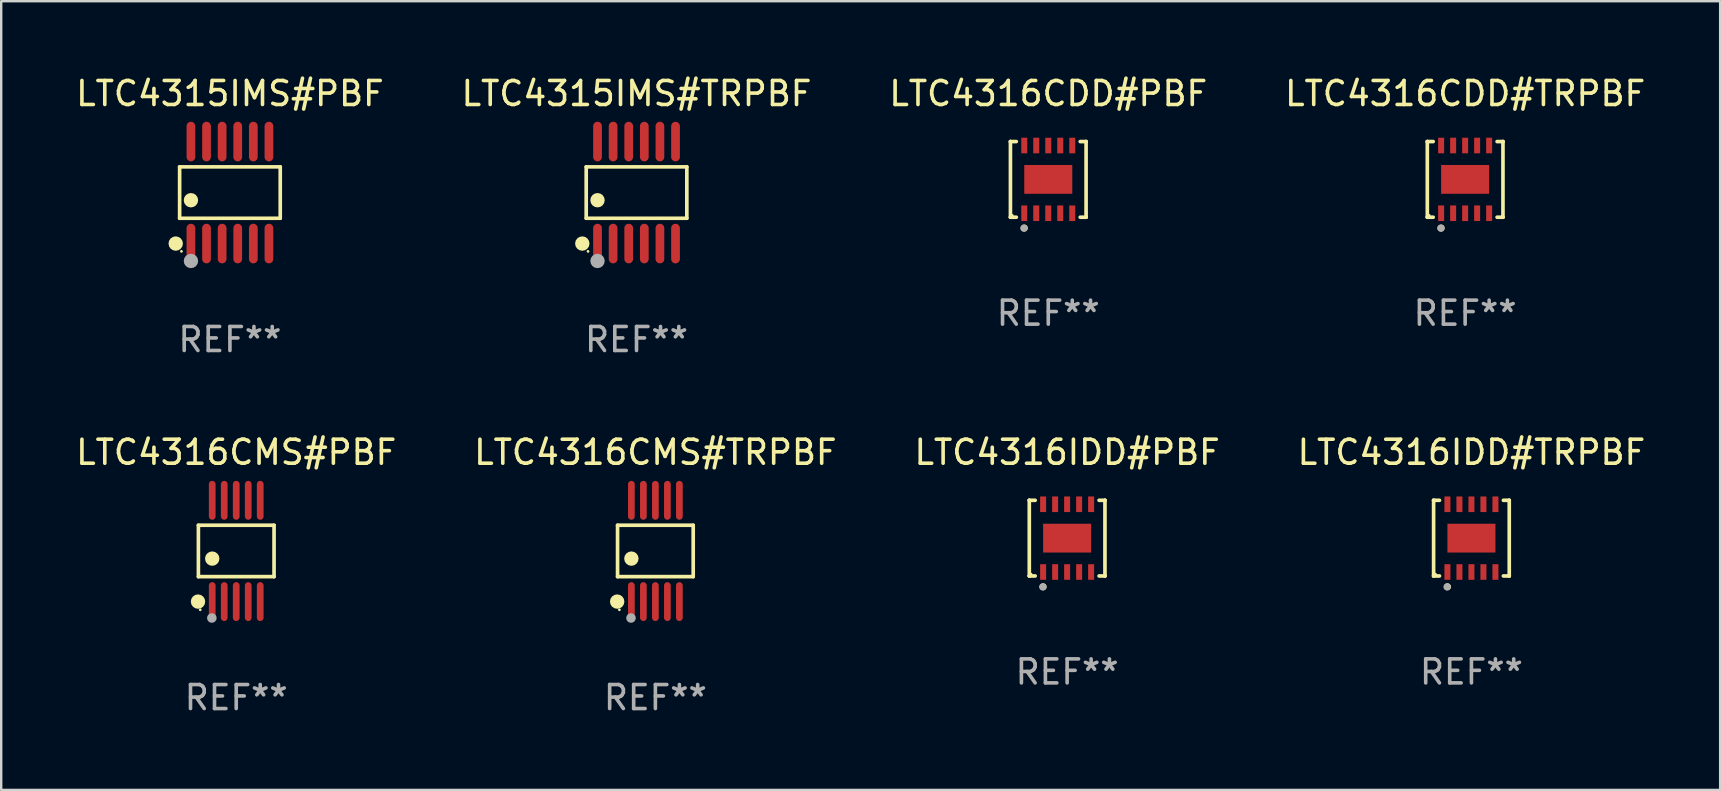
<source format=kicad_pcb>
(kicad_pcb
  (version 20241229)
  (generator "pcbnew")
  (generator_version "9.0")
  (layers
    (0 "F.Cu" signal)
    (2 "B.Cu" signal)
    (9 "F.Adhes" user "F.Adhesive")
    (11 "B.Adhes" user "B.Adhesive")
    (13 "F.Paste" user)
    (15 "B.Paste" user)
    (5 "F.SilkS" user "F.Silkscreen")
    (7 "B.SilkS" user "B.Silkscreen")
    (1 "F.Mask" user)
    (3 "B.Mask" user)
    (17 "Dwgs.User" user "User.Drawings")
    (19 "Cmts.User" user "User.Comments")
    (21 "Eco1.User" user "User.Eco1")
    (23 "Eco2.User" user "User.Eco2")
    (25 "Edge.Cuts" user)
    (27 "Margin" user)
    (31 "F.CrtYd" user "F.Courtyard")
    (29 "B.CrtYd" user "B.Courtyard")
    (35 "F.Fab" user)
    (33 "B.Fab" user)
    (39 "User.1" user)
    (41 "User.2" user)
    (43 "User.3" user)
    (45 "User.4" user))
  (footprint "LTC4316CDD#PBF"
    (layer "F.Cu")
    (at 40.625 4.424)
    (property "Reference" "LTC4316CDD#PBF" (at 0 -3.576 0) (layer "F.SilkS") (effects (font (size 1 1) (thickness 0.15))))
    (attr through_hole)
    (fp_line (start -1.576 -1.576) (end -1.576 -1.576) (stroke (width 0.152) (type solid)) (layer "F.SilkS"))
    (fp_line (start -1.576 -1.576) (end -1.331 -1.576) (stroke (width 0.152) (type solid)) (layer "F.SilkS"))
    (fp_line (start -1.576 1.576) (end -1.576 -1.576) (stroke (width 0.152) (type solid)) (layer "F.SilkS"))
    (fp_line (start -1.576 1.576) (end -1.576 1.576) (stroke (width 0.152) (type solid)) (layer "F.SilkS"))
    (fp_line (start -1.331 1.576) (end -1.576 1.576) (stroke (width 0.152) (type solid)) (layer "F.SilkS"))
    (fp_line (start 1.331 1.576) (end 1.576 1.576) (stroke (width 0.152) (type solid)) (layer "F.SilkS"))
    (fp_line (start 1.576 -1.576) (end 1.331 -1.576) (stroke (width 0.152) (type solid)) (layer "F.SilkS"))
    (fp_line (start 1.576 -1.576) (end 1.576 -1.576) (stroke (width 0.152) (type solid)) (layer "F.SilkS"))
    (fp_line (start 1.576 1.576) (end 1.576 -1.576) (stroke (width 0.152) (type solid)) (layer "F.SilkS"))
    (fp_line (start 1.576 1.576) (end 1.576 1.576) (stroke (width 0.152) (type solid)) (layer "F.SilkS"))
    (fp_circle (center -1.5 1.5) (end -1.47 1.5) (stroke (width 0.06) (type solid)) (fill no) (layer "F.SilkS"))
    (fp_circle (center -1 2.028) (end -0.925 2.028) (stroke (width 0.15) (type solid)) (fill no) (layer "F.SilkS"))
    (fp_circle (center -1.016 2.032) (end -0.941 2.032) (stroke (width 0.15) (type solid)) (fill no) (layer "F.Fab"))
    (fp_text user "REF**" (at 0 5.576 0) (layer "F.Fab") (effects (font (size 1 1) (thickness 0.15))))
    (pad "1" smd rect (at -1 1.411) (size 0.25 0.65) (layers "F.Cu" "F.Mask" "F.Paste"))
    (pad "2" smd rect (at -0.5 1.411) (size 0.25 0.65) (layers "F.Cu" "F.Mask" "F.Paste"))
    (pad "3" smd rect (at 0 1.411) (size 0.25 0.65) (layers "F.Cu" "F.Mask" "F.Paste"))
    (pad "4" smd rect (at 0.5 1.411) (size 0.25 0.65) (layers "F.Cu" "F.Mask" "F.Paste"))
    (pad "5" smd rect (at 1 1.411) (size 0.25 0.65) (layers "F.Cu" "F.Mask" "F.Paste"))
    (pad "6" smd rect (at 1 -1.411) (size 0.25 0.65) (layers "F.Cu" "F.Mask" "F.Paste"))
    (pad "7" smd rect (at 0.5 -1.411) (size 0.25 0.65) (layers "F.Cu" "F.Mask" "F.Paste"))
    (pad "8" smd rect (at 0 -1.411) (size 0.25 0.65) (layers "F.Cu" "F.Mask" "F.Paste"))
    (pad "9" smd rect (at -0.5 -1.411) (size 0.25 0.65) (layers "F.Cu" "F.Mask" "F.Paste"))
    (pad "10" smd rect (at -1 -1.411) (size 0.25 0.65) (layers "F.Cu" "F.Mask" "F.Paste"))
    (pad "11" smd rect (at 0 0) (size 2 1.2) (layers "F.Cu" "F.Mask" "F.Paste")))
  (footprint "LTC4316CDD#TRPBF"
    (layer "F.Cu")
    (at 57.994 4.424)
    (property "Reference" "LTC4316CDD#TRPBF" (at 0 -3.576 0) (layer "F.SilkS") (effects (font (size 1 1) (thickness 0.15))))
    (attr through_hole)
    (fp_line (start -1.576 -1.576) (end -1.576 -1.576) (stroke (width 0.152) (type solid)) (layer "F.SilkS"))
    (fp_line (start -1.576 -1.576) (end -1.331 -1.576) (stroke (width 0.152) (type solid)) (layer "F.SilkS"))
    (fp_line (start -1.576 1.576) (end -1.576 -1.576) (stroke (width 0.152) (type solid)) (layer "F.SilkS"))
    (fp_line (start -1.576 1.576) (end -1.576 1.576) (stroke (width 0.152) (type solid)) (layer "F.SilkS"))
    (fp_line (start -1.331 1.576) (end -1.576 1.576) (stroke (width 0.152) (type solid)) (layer "F.SilkS"))
    (fp_line (start 1.331 1.576) (end 1.576 1.576) (stroke (width 0.152) (type solid)) (layer "F.SilkS"))
    (fp_line (start 1.576 -1.576) (end 1.331 -1.576) (stroke (width 0.152) (type solid)) (layer "F.SilkS"))
    (fp_line (start 1.576 -1.576) (end 1.576 -1.576) (stroke (width 0.152) (type solid)) (layer "F.SilkS"))
    (fp_line (start 1.576 1.576) (end 1.576 -1.576) (stroke (width 0.152) (type solid)) (layer "F.SilkS"))
    (fp_line (start 1.576 1.576) (end 1.576 1.576) (stroke (width 0.152) (type solid)) (layer "F.SilkS"))
    (fp_circle (center -1.5 1.5) (end -1.47 1.5) (stroke (width 0.06) (type solid)) (fill no) (layer "F.SilkS"))
    (fp_circle (center -1 2.028) (end -0.925 2.028) (stroke (width 0.15) (type solid)) (fill no) (layer "F.SilkS"))
    (fp_circle (center -1.016 2.032) (end -0.941 2.032) (stroke (width 0.15) (type solid)) (fill no) (layer "F.Fab"))
    (fp_text user "REF**" (at 0 5.576 0) (layer "F.Fab") (effects (font (size 1 1) (thickness 0.15))))
    (pad "1" smd rect (at -1 1.411) (size 0.25 0.65) (layers "F.Cu" "F.Mask" "F.Paste"))
    (pad "2" smd rect (at -0.5 1.411) (size 0.25 0.65) (layers "F.Cu" "F.Mask" "F.Paste"))
    (pad "3" smd rect (at 0 1.411) (size 0.25 0.65) (layers "F.Cu" "F.Mask" "F.Paste"))
    (pad "4" smd rect (at 0.5 1.411) (size 0.25 0.65) (layers "F.Cu" "F.Mask" "F.Paste"))
    (pad "5" smd rect (at 1 1.411) (size 0.25 0.65) (layers "F.Cu" "F.Mask" "F.Paste"))
    (pad "6" smd rect (at 1 -1.411) (size 0.25 0.65) (layers "F.Cu" "F.Mask" "F.Paste"))
    (pad "7" smd rect (at 0.5 -1.411) (size 0.25 0.65) (layers "F.Cu" "F.Mask" "F.Paste"))
    (pad "8" smd rect (at 0 -1.411) (size 0.25 0.65) (layers "F.Cu" "F.Mask" "F.Paste"))
    (pad "9" smd rect (at -0.5 -1.411) (size 0.25 0.65) (layers "F.Cu" "F.Mask" "F.Paste"))
    (pad "10" smd rect (at -1 -1.411) (size 0.25 0.65) (layers "F.Cu" "F.Mask" "F.Paste"))
    (pad "11" smd rect (at 0 0) (size 2 1.2) (layers "F.Cu" "F.Mask" "F.Paste")))
  (footprint "LTC4316CMS#TRPBF"
    (layer "F.Cu")
    (at 24.256 19.905)
    (property "Reference" "LTC4316CMS#TRPBF" (at 0 -4.11 0) (layer "F.SilkS") (effects (font (size 1 1) (thickness 0.15))))
    (attr through_hole)
    (fp_line (start -1.576 -1.071) (end 1.576 -1.071) (stroke (width 0.152) (type solid)) (layer "F.SilkS"))
    (fp_line (start -1.576 1.071) (end -1.576 -1.071) (stroke (width 0.152) (type solid)) (layer "F.SilkS"))
    (fp_line (start 1.576 -1.071) (end 1.576 1.071) (stroke (width 0.152) (type solid)) (layer "F.SilkS"))
    (fp_line (start 1.576 1.071) (end -1.576 1.071) (stroke (width 0.152) (type solid)) (layer "F.SilkS"))
    (fp_circle (center -1.592 2.11) (end -1.442 2.11) (stroke (width 0.3) (type solid)) (fill no) (layer "F.SilkS"))
    (fp_circle (center -1.5 2.45) (end -1.47 2.45) (stroke (width 0.06) (type solid)) (fill no) (layer "F.SilkS"))
    (fp_circle (center -1 0.319) (end -0.85 0.319) (stroke (width 0.3) (type solid)) (fill no) (layer "F.SilkS"))
    (fp_circle (center -1.016 2.794) (end -0.916 2.794) (stroke (width 0.2) (type solid)) (fill no) (layer "F.Fab"))
    (fp_text user "REF**" (at 0 6.11 0) (layer "F.Fab") (effects (font (size 1 1) (thickness 0.15))))
    (pad "1" smd oval (at -1 2.11) (size 0.28 1.62) (layers "F.Cu" "F.Mask" "F.Paste"))
    (pad "2" smd oval (at -0.5 2.11) (size 0.28 1.62) (layers "F.Cu" "F.Mask" "F.Paste"))
    (pad "3" smd oval (at 0 2.11) (size 0.28 1.62) (layers "F.Cu" "F.Mask" "F.Paste"))
    (pad "4" smd oval (at 0.5 2.11) (size 0.28 1.62) (layers "F.Cu" "F.Mask" "F.Paste"))
    (pad "5" smd oval (at 1 2.11) (size 0.28 1.62) (layers "F.Cu" "F.Mask" "F.Paste"))
    (pad "6" smd oval (at 1 -2.11) (size 0.28 1.62) (layers "F.Cu" "F.Mask" "F.Paste"))
    (pad "7" smd oval (at 0.5 -2.11) (size 0.28 1.62) (layers "F.Cu" "F.Mask" "F.Paste"))
    (pad "8" smd oval (at 0 -2.11) (size 0.28 1.62) (layers "F.Cu" "F.Mask" "F.Paste"))
    (pad "9" smd oval (at -0.5 -2.11) (size 0.28 1.62) (layers "F.Cu" "F.Mask" "F.Paste"))
    (pad "10" smd oval (at -1 -2.11) (size 0.28 1.62) (layers "F.Cu" "F.Mask" "F.Paste")))
  (footprint "LTC4315IMS#TRPBF"
    (layer "F.Cu")
    (at 23.47 4.973)
    (property "Reference" "LTC4315IMS#TRPBF" (at 0 -4.125 0) (layer "F.SilkS") (effects (font (size 1 1) (thickness 0.15))))
    (attr through_hole)
    (fp_line (start -2.096 -1.071) (end 2.096 -1.071) (stroke (width 0.152) (type solid)) (layer "F.SilkS"))
    (fp_line (start -2.096 1.071) (end -2.096 -1.071) (stroke (width 0.152) (type solid)) (layer "F.SilkS"))
    (fp_line (start 2.096 -1.071) (end 2.096 1.071) (stroke (width 0.152) (type solid)) (layer "F.SilkS"))
    (fp_line (start 2.096 1.071) (end -2.096 1.071) (stroke (width 0.152) (type solid)) (layer "F.SilkS"))
    (fp_circle (center -2.259 2.125) (end -2.109 2.125) (stroke (width 0.3) (type solid)) (fill no) (layer "F.SilkS"))
    (fp_circle (center -2.02 2.45) (end -1.99 2.45) (stroke (width 0.06) (type solid)) (fill no) (layer "F.SilkS"))
    (fp_circle (center -1.625 0.319) (end -1.475 0.319) (stroke (width 0.3) (type solid)) (fill no) (layer "F.SilkS"))
    (fp_circle (center -1.625 2.85) (end -1.475 2.85) (stroke (width 0.3) (type solid)) (fill no) (layer "F.Fab"))
    (fp_text user "REF**" (at 0 6.125 0) (layer "F.Fab") (effects (font (size 1 1) (thickness 0.15))))
    (pad "1" smd oval (at -1.625 2.125) (size 0.364 1.65) (layers "F.Cu" "F.Mask" "F.Paste"))
    (pad "2" smd oval (at -0.975 2.125) (size 0.364 1.65) (layers "F.Cu" "F.Mask" "F.Paste"))
    (pad "3" smd oval (at -0.325 2.125) (size 0.364 1.65) (layers "F.Cu" "F.Mask" "F.Paste"))
    (pad "4" smd oval (at 0.325 2.125) (size 0.364 1.65) (layers "F.Cu" "F.Mask" "F.Paste"))
    (pad "5" smd oval (at 0.975 2.125) (size 0.364 1.65) (layers "F.Cu" "F.Mask" "F.Paste"))
    (pad "6" smd oval (at 1.625 2.125) (size 0.364 1.65) (layers "F.Cu" "F.Mask" "F.Paste"))
    (pad "7" smd oval (at 1.625 -2.125) (size 0.364 1.65) (layers "F.Cu" "F.Mask" "F.Paste"))
    (pad "8" smd oval (at 0.975 -2.125) (size 0.364 1.65) (layers "F.Cu" "F.Mask" "F.Paste"))
    (pad "9" smd oval (at 0.325 -2.125) (size 0.364 1.65) (layers "F.Cu" "F.Mask" "F.Paste"))
    (pad "10" smd oval (at -0.325 -2.125) (size 0.364 1.65) (layers "F.Cu" "F.Mask" "F.Paste"))
    (pad "11" smd oval (at -0.975 -2.125) (size 0.364 1.65) (layers "F.Cu" "F.Mask" "F.Paste"))
    (pad "12" smd oval (at -1.625 -2.125) (size 0.364 1.65) (layers "F.Cu" "F.Mask" "F.Paste")))
  (footprint "LTC4315IMS#PBF"
    (layer "F.Cu")
    (at 6.53 4.973)
    (property "Reference" "LTC4315IMS#PBF" (at 0 -4.125 0) (layer "F.SilkS") (effects (font (size 1 1) (thickness 0.15))))
    (attr through_hole)
    (fp_line (start -2.096 -1.071) (end 2.096 -1.071) (stroke (width 0.152) (type solid)) (layer "F.SilkS"))
    (fp_line (start -2.096 1.071) (end -2.096 -1.071) (stroke (width 0.152) (type solid)) (layer "F.SilkS"))
    (fp_line (start 2.096 -1.071) (end 2.096 1.071) (stroke (width 0.152) (type solid)) (layer "F.SilkS"))
    (fp_line (start 2.096 1.071) (end -2.096 1.071) (stroke (width 0.152) (type solid)) (layer "F.SilkS"))
    (fp_circle (center -2.259 2.125) (end -2.109 2.125) (stroke (width 0.3) (type solid)) (fill no) (layer "F.SilkS"))
    (fp_circle (center -2.02 2.45) (end -1.99 2.45) (stroke (width 0.06) (type solid)) (fill no) (layer "F.SilkS"))
    (fp_circle (center -1.625 0.319) (end -1.475 0.319) (stroke (width 0.3) (type solid)) (fill no) (layer "F.SilkS"))
    (fp_circle (center -1.625 2.85) (end -1.475 2.85) (stroke (width 0.3) (type solid)) (fill no) (layer "F.Fab"))
    (fp_text user "REF**" (at 0 6.125 0) (layer "F.Fab") (effects (font (size 1 1) (thickness 0.15))))
    (pad "1" smd oval (at -1.625 2.125) (size 0.364 1.65) (layers "F.Cu" "F.Mask" "F.Paste"))
    (pad "2" smd oval (at -0.975 2.125) (size 0.364 1.65) (layers "F.Cu" "F.Mask" "F.Paste"))
    (pad "3" smd oval (at -0.325 2.125) (size 0.364 1.65) (layers "F.Cu" "F.Mask" "F.Paste"))
    (pad "4" smd oval (at 0.325 2.125) (size 0.364 1.65) (layers "F.Cu" "F.Mask" "F.Paste"))
    (pad "5" smd oval (at 0.975 2.125) (size 0.364 1.65) (layers "F.Cu" "F.Mask" "F.Paste"))
    (pad "6" smd oval (at 1.625 2.125) (size 0.364 1.65) (layers "F.Cu" "F.Mask" "F.Paste"))
    (pad "7" smd oval (at 1.625 -2.125) (size 0.364 1.65) (layers "F.Cu" "F.Mask" "F.Paste"))
    (pad "8" smd oval (at 0.975 -2.125) (size 0.364 1.65) (layers "F.Cu" "F.Mask" "F.Paste"))
    (pad "9" smd oval (at 0.325 -2.125) (size 0.364 1.65) (layers "F.Cu" "F.Mask" "F.Paste"))
    (pad "10" smd oval (at -0.325 -2.125) (size 0.364 1.65) (layers "F.Cu" "F.Mask" "F.Paste"))
    (pad "11" smd oval (at -0.975 -2.125) (size 0.364 1.65) (layers "F.Cu" "F.Mask" "F.Paste"))
    (pad "12" smd oval (at -1.625 -2.125) (size 0.364 1.65) (layers "F.Cu" "F.Mask" "F.Paste")))
  (footprint "LTC4316IDD#PBF"
    (layer "F.Cu")
    (at 41.411 19.371)
    (property "Reference" "LTC4316IDD#PBF" (at 0 -3.576 0) (layer "F.SilkS") (effects (font (size 1 1) (thickness 0.15))))
    (attr through_hole)
    (fp_line (start -1.576 -1.576) (end -1.576 -1.576) (stroke (width 0.152) (type solid)) (layer "F.SilkS"))
    (fp_line (start -1.576 -1.576) (end -1.331 -1.576) (stroke (width 0.152) (type solid)) (layer "F.SilkS"))
    (fp_line (start -1.576 1.576) (end -1.576 -1.576) (stroke (width 0.152) (type solid)) (layer "F.SilkS"))
    (fp_line (start -1.576 1.576) (end -1.576 1.576) (stroke (width 0.152) (type solid)) (layer "F.SilkS"))
    (fp_line (start -1.331 1.576) (end -1.576 1.576) (stroke (width 0.152) (type solid)) (layer "F.SilkS"))
    (fp_line (start 1.331 1.576) (end 1.576 1.576) (stroke (width 0.152) (type solid)) (layer "F.SilkS"))
    (fp_line (start 1.576 -1.576) (end 1.331 -1.576) (stroke (width 0.152) (type solid)) (layer "F.SilkS"))
    (fp_line (start 1.576 -1.576) (end 1.576 -1.576) (stroke (width 0.152) (type solid)) (layer "F.SilkS"))
    (fp_line (start 1.576 1.576) (end 1.576 -1.576) (stroke (width 0.152) (type solid)) (layer "F.SilkS"))
    (fp_line (start 1.576 1.576) (end 1.576 1.576) (stroke (width 0.152) (type solid)) (layer "F.SilkS"))
    (fp_circle (center -1.5 1.5) (end -1.47 1.5) (stroke (width 0.06) (type solid)) (fill no) (layer "F.SilkS"))
    (fp_circle (center -1 2.028) (end -0.925 2.028) (stroke (width 0.15) (type solid)) (fill no) (layer "F.SilkS"))
    (fp_circle (center -1.016 2.032) (end -0.941 2.032) (stroke (width 0.15) (type solid)) (fill no) (layer "F.Fab"))
    (fp_text user "REF**" (at 0 5.576 0) (layer "F.Fab") (effects (font (size 1 1) (thickness 0.15))))
    (pad "1" smd rect (at -1 1.411) (size 0.25 0.65) (layers "F.Cu" "F.Mask" "F.Paste"))
    (pad "2" smd rect (at -0.5 1.411) (size 0.25 0.65) (layers "F.Cu" "F.Mask" "F.Paste"))
    (pad "3" smd rect (at 0 1.411) (size 0.25 0.65) (layers "F.Cu" "F.Mask" "F.Paste"))
    (pad "4" smd rect (at 0.5 1.411) (size 0.25 0.65) (layers "F.Cu" "F.Mask" "F.Paste"))
    (pad "5" smd rect (at 1 1.411) (size 0.25 0.65) (layers "F.Cu" "F.Mask" "F.Paste"))
    (pad "6" smd rect (at 1 -1.411) (size 0.25 0.65) (layers "F.Cu" "F.Mask" "F.Paste"))
    (pad "7" smd rect (at 0.5 -1.411) (size 0.25 0.65) (layers "F.Cu" "F.Mask" "F.Paste"))
    (pad "8" smd rect (at 0 -1.411) (size 0.25 0.65) (layers "F.Cu" "F.Mask" "F.Paste"))
    (pad "9" smd rect (at -0.5 -1.411) (size 0.25 0.65) (layers "F.Cu" "F.Mask" "F.Paste"))
    (pad "10" smd rect (at -1 -1.411) (size 0.25 0.65) (layers "F.Cu" "F.Mask" "F.Paste"))
    (pad "11" smd rect (at 0 0) (size 2 1.2) (layers "F.Cu" "F.Mask" "F.Paste")))
  (footprint "LTC4316IDD#TRPBF"
    (layer "F.Cu")
    (at 58.256 19.371)
    (property "Reference" "LTC4316IDD#TRPBF" (at 0 -3.576 0) (layer "F.SilkS") (effects (font (size 1 1) (thickness 0.15))))
    (attr through_hole)
    (fp_line (start -1.576 -1.576) (end -1.576 -1.576) (stroke (width 0.152) (type solid)) (layer "F.SilkS"))
    (fp_line (start -1.576 -1.576) (end -1.331 -1.576) (stroke (width 0.152) (type solid)) (layer "F.SilkS"))
    (fp_line (start -1.576 1.576) (end -1.576 -1.576) (stroke (width 0.152) (type solid)) (layer "F.SilkS"))
    (fp_line (start -1.576 1.576) (end -1.576 1.576) (stroke (width 0.152) (type solid)) (layer "F.SilkS"))
    (fp_line (start -1.331 1.576) (end -1.576 1.576) (stroke (width 0.152) (type solid)) (layer "F.SilkS"))
    (fp_line (start 1.331 1.576) (end 1.576 1.576) (stroke (width 0.152) (type solid)) (layer "F.SilkS"))
    (fp_line (start 1.576 -1.576) (end 1.331 -1.576) (stroke (width 0.152) (type solid)) (layer "F.SilkS"))
    (fp_line (start 1.576 -1.576) (end 1.576 -1.576) (stroke (width 0.152) (type solid)) (layer "F.SilkS"))
    (fp_line (start 1.576 1.576) (end 1.576 -1.576) (stroke (width 0.152) (type solid)) (layer "F.SilkS"))
    (fp_line (start 1.576 1.576) (end 1.576 1.576) (stroke (width 0.152) (type solid)) (layer "F.SilkS"))
    (fp_circle (center -1.5 1.5) (end -1.47 1.5) (stroke (width 0.06) (type solid)) (fill no) (layer "F.SilkS"))
    (fp_circle (center -1 2.028) (end -0.925 2.028) (stroke (width 0.15) (type solid)) (fill no) (layer "F.SilkS"))
    (fp_circle (center -1.016 2.032) (end -0.941 2.032) (stroke (width 0.15) (type solid)) (fill no) (layer "F.Fab"))
    (fp_text user "REF**" (at 0 5.576 0) (layer "F.Fab") (effects (font (size 1 1) (thickness 0.15))))
    (pad "1" smd rect (at -1 1.411) (size 0.25 0.65) (layers "F.Cu" "F.Mask" "F.Paste"))
    (pad "2" smd rect (at -0.5 1.411) (size 0.25 0.65) (layers "F.Cu" "F.Mask" "F.Paste"))
    (pad "3" smd rect (at 0 1.411) (size 0.25 0.65) (layers "F.Cu" "F.Mask" "F.Paste"))
    (pad "4" smd rect (at 0.5 1.411) (size 0.25 0.65) (layers "F.Cu" "F.Mask" "F.Paste"))
    (pad "5" smd rect (at 1 1.411) (size 0.25 0.65) (layers "F.Cu" "F.Mask" "F.Paste"))
    (pad "6" smd rect (at 1 -1.411) (size 0.25 0.65) (layers "F.Cu" "F.Mask" "F.Paste"))
    (pad "7" smd rect (at 0.5 -1.411) (size 0.25 0.65) (layers "F.Cu" "F.Mask" "F.Paste"))
    (pad "8" smd rect (at 0 -1.411) (size 0.25 0.65) (layers "F.Cu" "F.Mask" "F.Paste"))
    (pad "9" smd rect (at -0.5 -1.411) (size 0.25 0.65) (layers "F.Cu" "F.Mask" "F.Paste"))
    (pad "10" smd rect (at -1 -1.411) (size 0.25 0.65) (layers "F.Cu" "F.Mask" "F.Paste"))
    (pad "11" smd rect (at 0 0) (size 2 1.2) (layers "F.Cu" "F.Mask" "F.Paste")))
  (footprint "LTC4316CMS#PBF"
    (layer "F.Cu")
    (at 6.792 19.905)
    (property "Reference" "LTC4316CMS#PBF" (at 0 -4.11 0) (layer "F.SilkS") (effects (font (size 1 1) (thickness 0.15))))
    (attr through_hole)
    (fp_line (start -1.576 -1.071) (end 1.576 -1.071) (stroke (width 0.152) (type solid)) (layer "F.SilkS"))
    (fp_line (start -1.576 1.071) (end -1.576 -1.071) (stroke (width 0.152) (type solid)) (layer "F.SilkS"))
    (fp_line (start 1.576 -1.071) (end 1.576 1.071) (stroke (width 0.152) (type solid)) (layer "F.SilkS"))
    (fp_line (start 1.576 1.071) (end -1.576 1.071) (stroke (width 0.152) (type solid)) (layer "F.SilkS"))
    (fp_circle (center -1.592 2.11) (end -1.442 2.11) (stroke (width 0.3) (type solid)) (fill no) (layer "F.SilkS"))
    (fp_circle (center -1.5 2.45) (end -1.47 2.45) (stroke (width 0.06) (type solid)) (fill no) (layer "F.SilkS"))
    (fp_circle (center -1 0.319) (end -0.85 0.319) (stroke (width 0.3) (type solid)) (fill no) (layer "F.SilkS"))
    (fp_circle (center -1.016 2.794) (end -0.916 2.794) (stroke (width 0.2) (type solid)) (fill no) (layer "F.Fab"))
    (fp_text user "REF**" (at 0 6.11 0) (layer "F.Fab") (effects (font (size 1 1) (thickness 0.15))))
    (pad "1" smd oval (at -1 2.11) (size 0.28 1.62) (layers "F.Cu" "F.Mask" "F.Paste"))
    (pad "2" smd oval (at -0.5 2.11) (size 0.28 1.62) (layers "F.Cu" "F.Mask" "F.Paste"))
    (pad "3" smd oval (at 0 2.11) (size 0.28 1.62) (layers "F.Cu" "F.Mask" "F.Paste"))
    (pad "4" smd oval (at 0.5 2.11) (size 0.28 1.62) (layers "F.Cu" "F.Mask" "F.Paste"))
    (pad "5" smd oval (at 1 2.11) (size 0.28 1.62) (layers "F.Cu" "F.Mask" "F.Paste"))
    (pad "6" smd oval (at 1 -2.11) (size 0.28 1.62) (layers "F.Cu" "F.Mask" "F.Paste"))
    (pad "7" smd oval (at 0.5 -2.11) (size 0.28 1.62) (layers "F.Cu" "F.Mask" "F.Paste"))
    (pad "8" smd oval (at 0 -2.11) (size 0.28 1.62) (layers "F.Cu" "F.Mask" "F.Paste"))
    (pad "9" smd oval (at -0.5 -2.11) (size 0.28 1.62) (layers "F.Cu" "F.Mask" "F.Paste"))
    (pad "10" smd oval (at -1 -2.11) (size 0.28 1.62) (layers "F.Cu" "F.Mask" "F.Paste")))
  (gr_rect
    (start -3 -3)
    (end 68.619 29.863)
    (stroke (width 0.1) (type default))
    (fill no)
    (layer "Edge.Cuts")))
</source>
